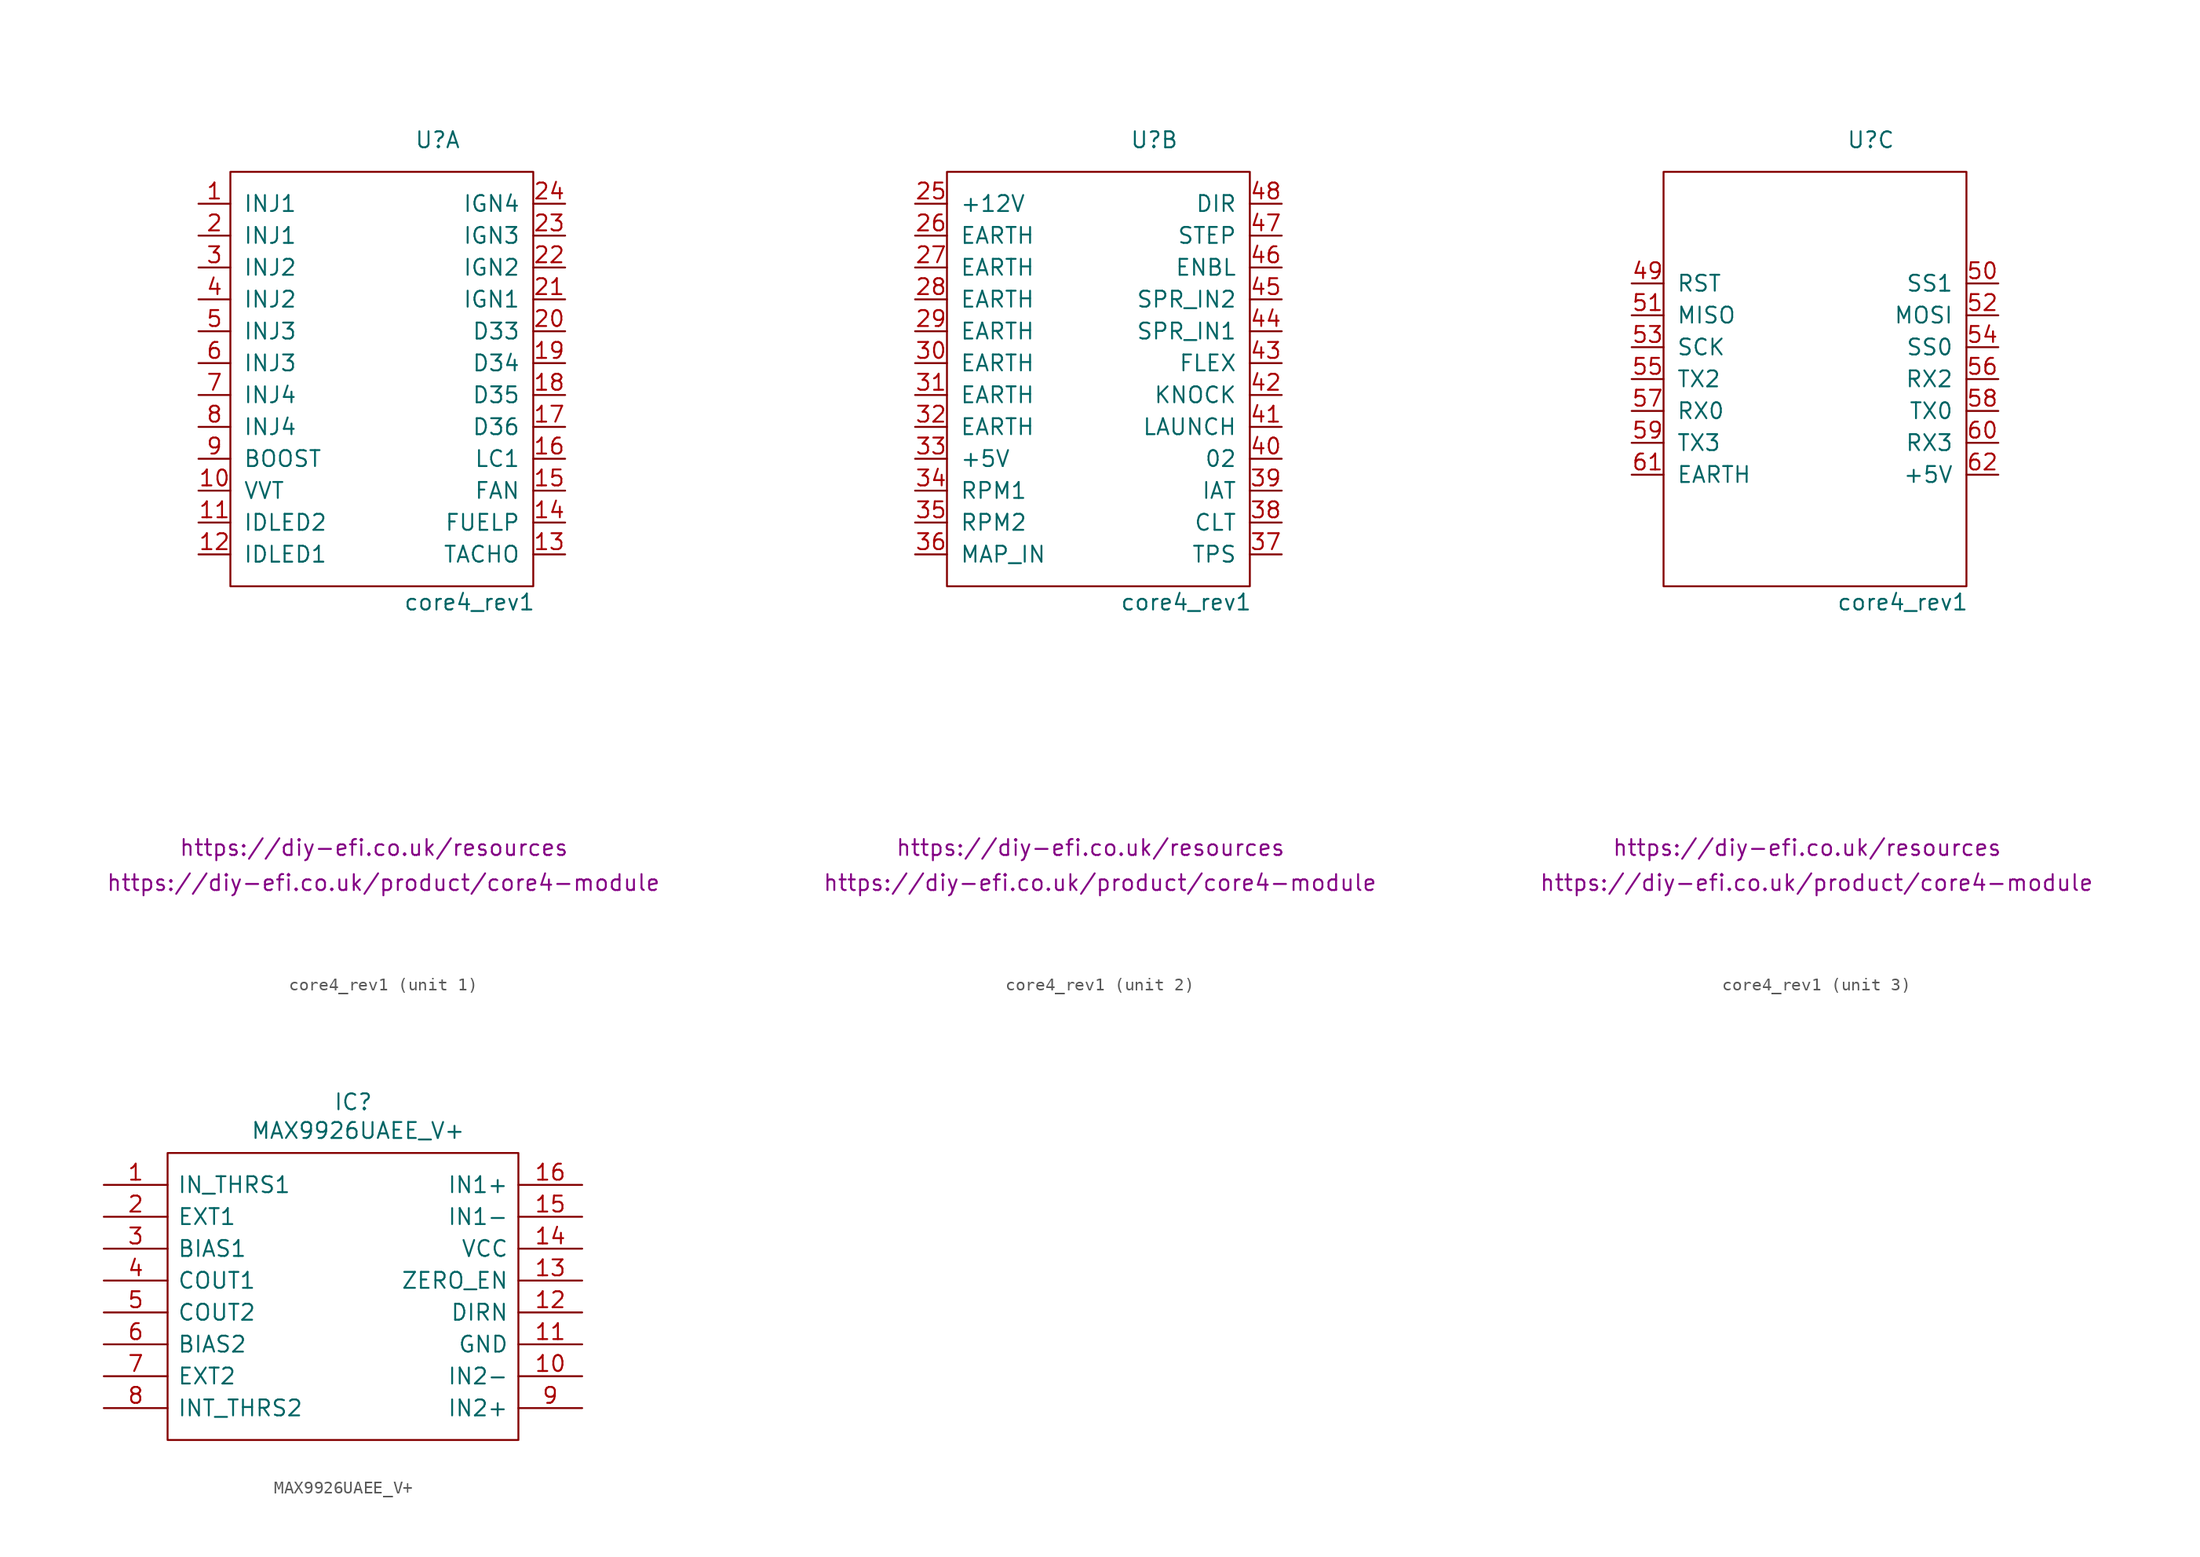
<source format=kicad_sym>
(kicad_symbol_lib
  (version 20231120)
  (generator "kicad_symbol_editor")
  (generator_version "8.0")
  (symbol "core4_rev1"
    (pin_names
      (offset 1.016))
    (property "Reference" "U"
      (at 3.81 17.78 0)
      (effects (font (size 1.27 1.27))))
    (property "Value" "core4_rev1"
      (at 6.35 -19.05 0)
      (effects (font (size 1.27 1.27))))
    (property "Documentation 2" "https://diy-efi.co.uk/resources"
      (at -1.27 -38.608 0)
      (effects (font (size 1.27 1.27))))
    (property "Shop link" "https://diy-efi.co.uk/product/core4-module"
      (at -0.508 -41.402 0)
      (effects (font (size 1.27 1.27))))
    (property "ki_locked" ""
      (at 0 0 0)
      (effects (font (size 1.27 1.27))))
    (symbol "core4_rev1_0_1"
      (rectangle (start -12.7 15.24) (end 11.43 -17.78) (stroke (width 0) (type default)) (fill (type none))))
    (symbol "core4_rev1_1_1"
      (pin input line (at -15.24 12.7 0) (length 2.54) (name "INJ1" (effects (font (size 1.27 1.27)))) (number "1" (effects (font (size 1.27 1.27)))))
      (pin input line (at -15.24 -10.16 0) (length 2.54) (name "VVT" (effects (font (size 1.27 1.27)))) (number "10" (effects (font (size 1.27 1.27)))))
      (pin input line (at -15.24 -12.7 0) (length 2.54) (name "IDLED2" (effects (font (size 1.27 1.27)))) (number "11" (effects (font (size 1.27 1.27)))))
      (pin input line (at -15.24 -15.24 0) (length 2.54) (name "IDLED1" (effects (font (size 1.27 1.27)))) (number "12" (effects (font (size 1.27 1.27)))))
      (pin input line (at 13.97 -15.24 180) (length 2.54) (name "TACHO" (effects (font (size 1.27 1.27)))) (number "13" (effects (font (size 1.27 1.27)))))
      (pin input line (at 13.97 -12.7 180) (length 2.54) (name "FUELP" (effects (font (size 1.27 1.27)))) (number "14" (effects (font (size 1.27 1.27)))))
      (pin input line (at 13.97 -10.16 180) (length 2.54) (name "FAN" (effects (font (size 1.27 1.27)))) (number "15" (effects (font (size 1.27 1.27)))))
      (pin input line (at 13.97 -7.62 180) (length 2.54) (name "LC1" (effects (font (size 1.27 1.27)))) (number "16" (effects (font (size 1.27 1.27)))))
      (pin input line (at 13.97 -5.08 180) (length 2.54) (name "D36" (effects (font (size 1.27 1.27)))) (number "17" (effects (font (size 1.27 1.27)))))
      (pin input line (at 13.97 -2.54 180) (length 2.54) (name "D35" (effects (font (size 1.27 1.27)))) (number "18" (effects (font (size 1.27 1.27)))))
      (pin input line (at 13.97 0 180) (length 2.54) (name "D34" (effects (font (size 1.27 1.27)))) (number "19" (effects (font (size 1.27 1.27)))))
      (pin input line (at -15.24 10.16 0) (length 2.54) (name "INJ1" (effects (font (size 1.27 1.27)))) (number "2" (effects (font (size 1.27 1.27)))))
      (pin input line (at 13.97 2.54 180) (length 2.54) (name "D33" (effects (font (size 1.27 1.27)))) (number "20" (effects (font (size 1.27 1.27)))))
      (pin input line (at 13.97 5.08 180) (length 2.54) (name "IGN1" (effects (font (size 1.27 1.27)))) (number "21" (effects (font (size 1.27 1.27)))))
      (pin input line (at 13.97 7.62 180) (length 2.54) (name "IGN2" (effects (font (size 1.27 1.27)))) (number "22" (effects (font (size 1.27 1.27)))))
      (pin input line (at 13.97 10.16 180) (length 2.54) (name "IGN3" (effects (font (size 1.27 1.27)))) (number "23" (effects (font (size 1.27 1.27)))))
      (pin input line (at 13.97 12.7 180) (length 2.54) (name "IGN4" (effects (font (size 1.27 1.27)))) (number "24" (effects (font (size 1.27 1.27)))))
      (pin input line (at -15.24 7.62 0) (length 2.54) (name "INJ2" (effects (font (size 1.27 1.27)))) (number "3" (effects (font (size 1.27 1.27)))))
      (pin input line (at -15.24 5.08 0) (length 2.54) (name "INJ2" (effects (font (size 1.27 1.27)))) (number "4" (effects (font (size 1.27 1.27)))))
      (pin input line (at -15.24 2.54 0) (length 2.54) (name "INJ3" (effects (font (size 1.27 1.27)))) (number "5" (effects (font (size 1.27 1.27)))))
      (pin input line (at -15.24 0 0) (length 2.54) (name "INJ3" (effects (font (size 1.27 1.27)))) (number "6" (effects (font (size 1.27 1.27)))))
      (pin input line (at -15.24 -2.54 0) (length 2.54) (name "INJ4" (effects (font (size 1.27 1.27)))) (number "7" (effects (font (size 1.27 1.27)))))
      (pin input line (at -15.24 -5.08 0) (length 2.54) (name "INJ4" (effects (font (size 1.27 1.27)))) (number "8" (effects (font (size 1.27 1.27)))))
      (pin input line (at -15.24 -7.62 0) (length 2.54) (name "BOOST" (effects (font (size 1.27 1.27)))) (number "9" (effects (font (size 1.27 1.27))))))
    (symbol "core4_rev1_2_1"
      (pin input line (at -15.24 12.7 0) (length 2.54) (name "+12V" (effects (font (size 1.27 1.27)))) (number "25" (effects (font (size 1.27 1.27)))))
      (pin input line (at -15.24 10.16 0) (length 2.54) (name "EARTH" (effects (font (size 1.27 1.27)))) (number "26" (effects (font (size 1.27 1.27)))))
      (pin input line (at -15.24 7.62 0) (length 2.54) (name "EARTH" (effects (font (size 1.27 1.27)))) (number "27" (effects (font (size 1.27 1.27)))))
      (pin input line (at -15.24 5.08 0) (length 2.54) (name "EARTH" (effects (font (size 1.27 1.27)))) (number "28" (effects (font (size 1.27 1.27)))))
      (pin input line (at -15.24 2.54 0) (length 2.54) (name "EARTH" (effects (font (size 1.27 1.27)))) (number "29" (effects (font (size 1.27 1.27)))))
      (pin input line (at -15.24 0 0) (length 2.54) (name "EARTH" (effects (font (size 1.27 1.27)))) (number "30" (effects (font (size 1.27 1.27)))))
      (pin input line (at -15.24 -2.54 0) (length 2.54) (name "EARTH" (effects (font (size 1.27 1.27)))) (number "31" (effects (font (size 1.27 1.27)))))
      (pin input line (at -15.24 -5.08 0) (length 2.54) (name "EARTH" (effects (font (size 1.27 1.27)))) (number "32" (effects (font (size 1.27 1.27)))))
      (pin input line (at -15.24 -7.62 0) (length 2.54) (name "+5V" (effects (font (size 1.27 1.27)))) (number "33" (effects (font (size 1.27 1.27)))))
      (pin input line (at -15.24 -10.16 0) (length 2.54) (name "RPM1" (effects (font (size 1.27 1.27)))) (number "34" (effects (font (size 1.27 1.27)))))
      (pin input line (at -15.24 -12.7 0) (length 2.54) (name "RPM2" (effects (font (size 1.27 1.27)))) (number "35" (effects (font (size 1.27 1.27)))))
      (pin input line (at -15.24 -15.24 0) (length 2.54) (name "MAP_IN" (effects (font (size 1.27 1.27)))) (number "36" (effects (font (size 1.27 1.27)))))
      (pin input line (at 13.97 -15.24 180) (length 2.54) (name "TPS" (effects (font (size 1.27 1.27)))) (number "37" (effects (font (size 1.27 1.27)))))
      (pin input line (at 13.97 -12.7 180) (length 2.54) (name "CLT" (effects (font (size 1.27 1.27)))) (number "38" (effects (font (size 1.27 1.27)))))
      (pin input line (at 13.97 -10.16 180) (length 2.54) (name "IAT" (effects (font (size 1.27 1.27)))) (number "39" (effects (font (size 1.27 1.27)))))
      (pin input line (at 13.97 -7.62 180) (length 2.54) (name "02" (effects (font (size 1.27 1.27)))) (number "40" (effects (font (size 1.27 1.27)))))
      (pin input line (at 13.97 -5.08 180) (length 2.54) (name "LAUNCH" (effects (font (size 1.27 1.27)))) (number "41" (effects (font (size 1.27 1.27)))))
      (pin input line (at 13.97 -2.54 180) (length 2.54) (name "KNOCK" (effects (font (size 1.27 1.27)))) (number "42" (effects (font (size 1.27 1.27)))))
      (pin input line (at 13.97 0 180) (length 2.54) (name "FLEX" (effects (font (size 1.27 1.27)))) (number "43" (effects (font (size 1.27 1.27)))))
      (pin input line (at 13.97 2.54 180) (length 2.54) (name "SPR_IN1" (effects (font (size 1.27 1.27)))) (number "44" (effects (font (size 1.27 1.27)))))
      (pin input line (at 13.97 5.08 180) (length 2.54) (name "SPR_IN2" (effects (font (size 1.27 1.27)))) (number "45" (effects (font (size 1.27 1.27)))))
      (pin input line (at 13.97 7.62 180) (length 2.54) (name "ENBL" (effects (font (size 1.27 1.27)))) (number "46" (effects (font (size 1.27 1.27)))))
      (pin input line (at 13.97 10.16 180) (length 2.54) (name "STEP" (effects (font (size 1.27 1.27)))) (number "47" (effects (font (size 1.27 1.27)))))
      (pin input line (at 13.97 12.7 180) (length 2.54) (name "DIR" (effects (font (size 1.27 1.27)))) (number "48" (effects (font (size 1.27 1.27))))))
    (symbol "core4_rev1_3_1"
      (pin input line (at -15.24 6.35 0) (length 2.54) (name "RST" (effects (font (size 1.27 1.27)))) (number "49" (effects (font (size 1.27 1.27)))))
      (pin input line (at 13.97 6.35 180) (length 2.54) (name "SS1" (effects (font (size 1.27 1.27)))) (number "50" (effects (font (size 1.27 1.27)))))
      (pin input line (at -15.24 3.81 0) (length 2.54) (name "MISO" (effects (font (size 1.27 1.27)))) (number "51" (effects (font (size 1.27 1.27)))))
      (pin input line (at 13.97 3.81 180) (length 2.54) (name "MOSI" (effects (font (size 1.27 1.27)))) (number "52" (effects (font (size 1.27 1.27)))))
      (pin input line (at -15.24 1.27 0) (length 2.54) (name "SCK" (effects (font (size 1.27 1.27)))) (number "53" (effects (font (size 1.27 1.27)))))
      (pin input line (at 13.97 1.27 180) (length 2.54) (name "SS0" (effects (font (size 1.27 1.27)))) (number "54" (effects (font (size 1.27 1.27)))))
      (pin input line (at -15.24 -1.27 0) (length 2.54) (name "TX2" (effects (font (size 1.27 1.27)))) (number "55" (effects (font (size 1.27 1.27)))))
      (pin input line (at 13.97 -1.27 180) (length 2.54) (name "RX2" (effects (font (size 1.27 1.27)))) (number "56" (effects (font (size 1.27 1.27)))))
      (pin input line (at -15.24 -3.81 0) (length 2.54) (name "RX0" (effects (font (size 1.27 1.27)))) (number "57" (effects (font (size 1.27 1.27)))))
      (pin input line (at 13.97 -3.81 180) (length 2.54) (name "TX0" (effects (font (size 1.27 1.27)))) (number "58" (effects (font (size 1.27 1.27)))))
      (pin input line (at -15.24 -6.35 0) (length 2.54) (name "TX3" (effects (font (size 1.27 1.27)))) (number "59" (effects (font (size 1.27 1.27)))))
      (pin input line (at 13.97 -6.35 180) (length 2.54) (name "RX3" (effects (font (size 1.27 1.27)))) (number "60" (effects (font (size 1.27 1.27)))))
      (pin input line (at -15.24 -8.89 0) (length 2.54) (name "EARTH" (effects (font (size 1.27 1.27)))) (number "61" (effects (font (size 1.27 1.27)))))
      (pin input line (at 13.97 -8.89 180) (length 2.54) (name "+5V" (effects (font (size 1.27 1.27)))) (number "62" (effects (font (size 1.27 1.27)))))))
  (symbol "MAX9926UAEE_V+"
    (pin_names
      (offset 0.762))
    (property "Reference" "IC"
      (at -0.762 15.494 0)
      (effects (font (size 1.27 1.27)) (justify left)))
    (property "Value" "MAX9926UAEE_V+"
      (at -7.366 13.208 0)
      (effects (font (size 1.27 1.27)) (justify left)))
    (symbol "MAX9926UAEE_V+_0_0"
      (pin input line (at -19.05 8.89 0) (length 5.08) (name "IN_THRS1" (effects (font (size 1.27 1.27)))) (number "1" (effects (font (size 1.27 1.27)))))
      (pin input line (at 19.05 -6.35 180) (length 5.08) (name "IN2-" (effects (font (size 1.27 1.27)))) (number "10" (effects (font (size 1.27 1.27)))))
      (pin power_in line (at 19.05 -3.81 180) (length 5.08) (name "GND" (effects (font (size 1.27 1.27)))) (number "11" (effects (font (size 1.27 1.27)))))
      (pin output line (at 19.05 -1.27 180) (length 5.08) (name "DIRN" (effects (font (size 1.27 1.27)))) (number "12" (effects (font (size 1.27 1.27)))))
      (pin input line (at 19.05 1.27 180) (length 5.08) (name "ZERO_EN" (effects (font (size 1.27 1.27)))) (number "13" (effects (font (size 1.27 1.27)))))
      (pin power_in line (at 19.05 3.81 180) (length 5.08) (name "VCC" (effects (font (size 1.27 1.27)))) (number "14" (effects (font (size 1.27 1.27)))))
      (pin input line (at 19.05 6.35 180) (length 5.08) (name "IN1-" (effects (font (size 1.27 1.27)))) (number "15" (effects (font (size 1.27 1.27)))))
      (pin input line (at 19.05 8.89 180) (length 5.08) (name "IN1+" (effects (font (size 1.27 1.27)))) (number "16" (effects (font (size 1.27 1.27)))))
      (pin input line (at -19.05 6.35 0) (length 5.08) (name "EXT1" (effects (font (size 1.27 1.27)))) (number "2" (effects (font (size 1.27 1.27)))))
      (pin input line (at -19.05 3.81 0) (length 5.08) (name "BIAS1" (effects (font (size 1.27 1.27)))) (number "3" (effects (font (size 1.27 1.27)))))
      (pin output line (at -19.05 1.27 0) (length 5.08) (name "COUT1" (effects (font (size 1.27 1.27)))) (number "4" (effects (font (size 1.27 1.27)))))
      (pin output line (at -19.05 -1.27 0) (length 5.08) (name "COUT2" (effects (font (size 1.27 1.27)))) (number "5" (effects (font (size 1.27 1.27)))))
      (pin input line (at -19.05 -3.81 0) (length 5.08) (name "BIAS2" (effects (font (size 1.27 1.27)))) (number "6" (effects (font (size 1.27 1.27)))))
      (pin input line (at -19.05 -6.35 0) (length 5.08) (name "EXT2" (effects (font (size 1.27 1.27)))) (number "7" (effects (font (size 1.27 1.27)))))
      (pin input line (at -19.05 -8.89 0) (length 5.08) (name "INT_THRS2" (effects (font (size 1.27 1.27)))) (number "8" (effects (font (size 1.27 1.27)))))
      (pin input line (at 19.05 -8.89 180) (length 5.08) (name "IN2+" (effects (font (size 1.27 1.27)))) (number "9" (effects (font (size 1.27 1.27))))))
    (symbol "MAX9926UAEE_V+_0_1"
      (polyline (pts (xy -13.97 11.43) (xy 13.97 11.43) (xy 13.97 -11.43) (xy -13.97 -11.43) (xy -13.97 11.43)) (stroke (width 0.152) (type solid)) (fill (type none))))))
</source>
